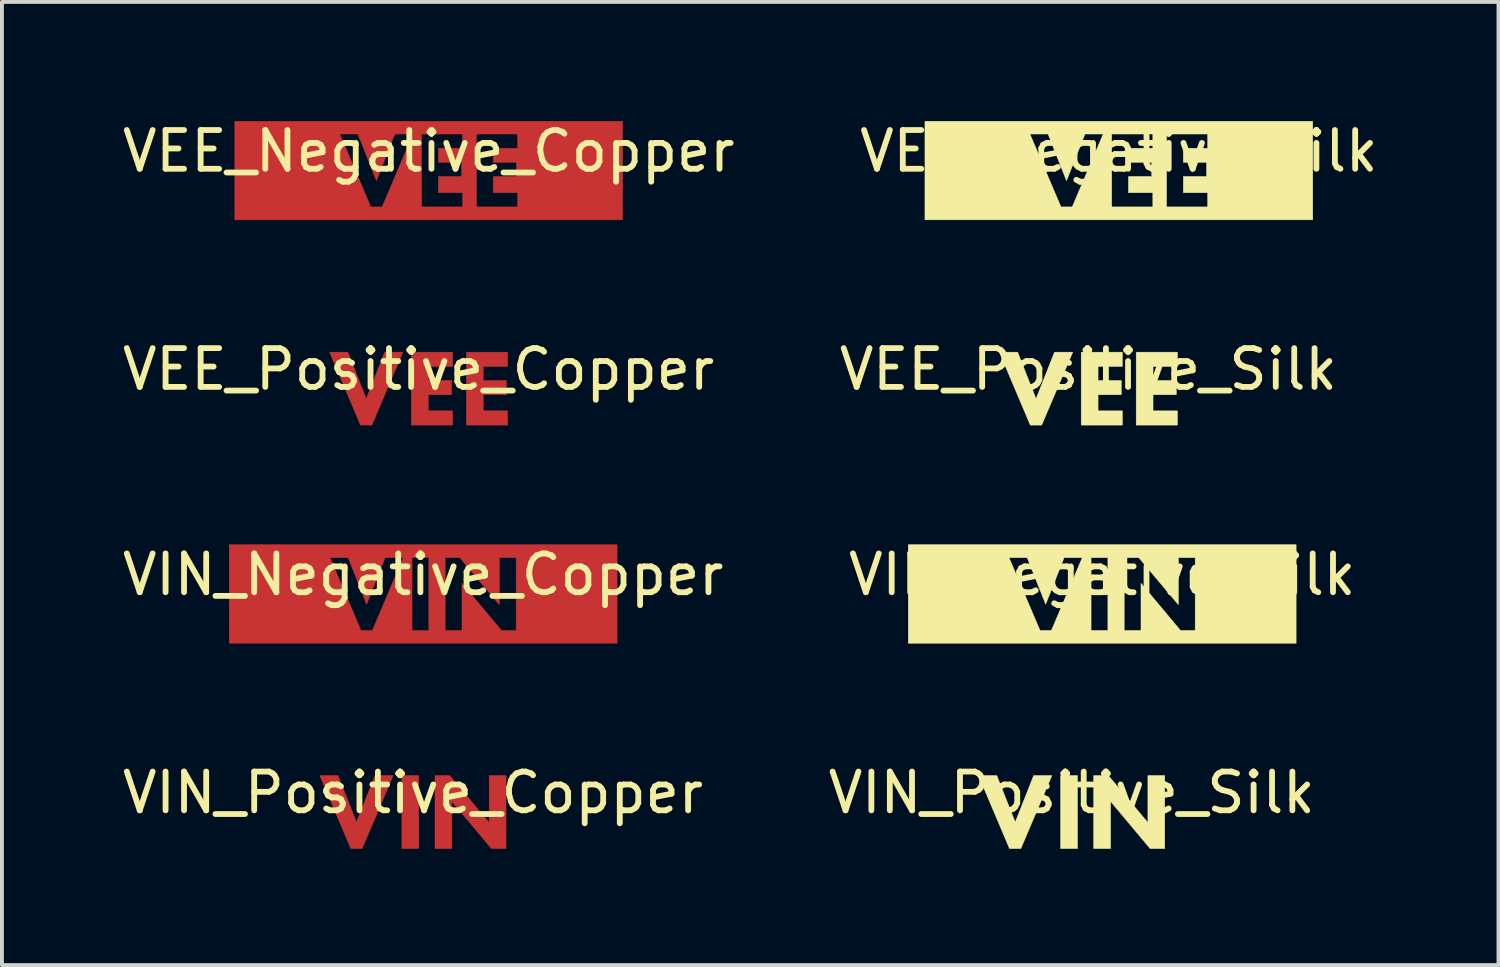
<source format=kicad_pcb>
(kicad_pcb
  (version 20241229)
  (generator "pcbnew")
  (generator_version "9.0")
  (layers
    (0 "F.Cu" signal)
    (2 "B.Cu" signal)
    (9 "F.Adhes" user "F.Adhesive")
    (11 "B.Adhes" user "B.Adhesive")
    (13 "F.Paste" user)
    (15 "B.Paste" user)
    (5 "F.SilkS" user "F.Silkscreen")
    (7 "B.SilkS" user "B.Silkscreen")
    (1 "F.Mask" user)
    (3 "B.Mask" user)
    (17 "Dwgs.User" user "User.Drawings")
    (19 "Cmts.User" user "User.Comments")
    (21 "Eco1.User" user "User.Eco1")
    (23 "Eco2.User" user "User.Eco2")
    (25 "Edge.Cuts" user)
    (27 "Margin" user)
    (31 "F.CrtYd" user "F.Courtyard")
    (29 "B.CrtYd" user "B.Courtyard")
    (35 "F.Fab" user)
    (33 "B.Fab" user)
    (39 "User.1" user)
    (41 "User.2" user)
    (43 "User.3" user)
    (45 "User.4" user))
  (footprint "VEE_Positive_Copper"
    (layer "F.Cu")
    (at 7.744 6.973)
    (property "Reference" "VEE_Positive_Copper" (at 0 -0.5 0) (unlocked yes) (layer "F.SilkS") (effects (font (size 1 1) (thickness 0.15))))
    (fp_poly (pts (xy -1.349 0.262) (xy -0.872 -0.941) (xy -0.403 -0.941) (xy -1.204 0.94) (xy -1.497 0.94) (xy -2.294 -0.941) (xy -1.825 -0.941)) (stroke (width 0.013) (type solid)) (fill yes) (layer "F.Cu"))
    (fp_poly (pts (xy 0.877 -0.574) (xy 0.25 -0.574) (xy 0.25 -0.21) (xy 0.849 -0.21) (xy 0.849 0.157) (xy 0.25 0.157) (xy 0.25 0.573) (xy 0.877 0.573) (xy 0.877 0.94) (xy -0.184 0.94) (xy -0.184 -0.941) (xy 0.877 -0.941)) (stroke (width 0.013) (type solid)) (fill yes) (layer "F.Cu"))
    (fp_poly (pts (xy 2.296 -0.574) (xy 1.668 -0.574) (xy 1.668 -0.21) (xy 2.267 -0.21) (xy 2.267 0.157) (xy 1.668 0.157) (xy 1.668 0.573) (xy 2.296 0.573) (xy 2.296 0.94) (xy 1.234 0.94) (xy 1.234 -0.941) (xy 2.296 -0.941)) (stroke (width 0.013) (type solid)) (fill yes) (layer "F.Cu")))
  (footprint "VEE_Negative_Silk"
    (layer "F.Cu")
    (at 25.804 1.348)
    (property "Reference" "VEE_Negative_Silk" (at 0 -0.5 0) (unlocked yes) (layer "F.SilkS") (effects (font (size 1 1) (thickness 0.15))))
    (fp_poly (pts (xy 5.001 1.27) (xy -5 1.27) (xy -5 -0.942) (xy -2.294 -0.942) (xy -1.493 0.938) (xy -1.201 0.938) (xy -0.185 0.938) (xy 0.877 0.938) (xy 1.23 0.938) (xy 2.292 0.938) (xy 2.292 0.571) (xy 1.664 0.571) (xy 1.664 0.155) (xy 2.264 0.155) (xy 2.264 -0.212) (xy 1.664 -0.212) (xy 1.664 -0.575) (xy 2.292 -0.575) (xy 2.292 -0.942) (xy 1.23 -0.942) (xy 1.23 0.938) (xy 0.877 0.938) (xy 0.877 0.571) (xy 0.249 0.571) (xy 0.249 0.155) (xy 0.849 0.155) (xy 0.849 -0.212) (xy 0.249 -0.212) (xy 0.249 -0.575) (xy 0.877 -0.575) (xy 0.877 -0.942) (xy -0.185 -0.942) (xy -0.185 0.938) (xy -1.201 0.938) (xy -0.403 -0.942) (xy -0.873 -0.942) (xy -1.349 0.261) (xy -1.825 -0.942) (xy -2.294 -0.942) (xy -5 -0.942) (xy -5 -1.27) (xy 5.001 -1.27)) (stroke (width 0.013) (type solid)) (fill yes) (layer "F.SilkS")))
  (footprint "VIN_Positive_Silk"
    (layer "F.Cu")
    (at 24.589 17.893)
    (property "Reference" "VIN_Positive_Silk" (at 0 -0.5 0) (unlocked yes) (layer "F.SilkS") (effects (font (size 1 1) (thickness 0.15))))
    (fp_poly (pts (xy 0.148 0.94) (xy -0.286 0.94) (xy -0.286 -0.941) (xy 0.148 -0.941)) (stroke (width 0.013) (type solid)) (fill yes) (layer "F.SilkS"))
    (fp_poly (pts (xy -1.457 0.262) (xy -0.981 -0.941) (xy -0.512 -0.941) (xy -1.312 0.94) (xy -1.605 0.94) (xy -2.402 -0.941) (xy -1.933 -0.941)) (stroke (width 0.013) (type solid)) (fill yes) (layer "F.SilkS"))
    (fp_poly (pts (xy 1.965 0.273) (xy 1.965 -0.941) (xy 2.399 -0.941) (xy 2.399 0.94) (xy 2.021 0.94) (xy 1.002 -0.277) (xy 1.002 0.94) (xy 0.568 0.94) (xy 0.568 -0.941) (xy 0.945 -0.941)) (stroke (width 0.013) (type solid)) (fill yes) (layer "F.SilkS")))
  (footprint "VIN_Negative_Copper"
    (layer "F.Cu")
    (at 7.863 12.268)
    (property "Reference" "VIN_Negative_Copper" (at 0 -0.5 0) (unlocked yes) (layer "F.SilkS") (effects (font (size 1 1) (thickness 0.15))))
    (fp_poly (pts (xy 5.001 1.27) (xy -5 1.27) (xy -5 0.942) (xy -0.287 0.942) (xy 0.147 0.942) (xy 0.567 0.942) (xy 1.001 0.942) (xy 1.001 -0.275) (xy 2.02 0.942) (xy 2.398 0.942) (xy 2.398 -0.938) (xy 1.964 -0.938) (xy 1.964 0.275) (xy 0.944 -0.938) (xy 0.567 -0.938) (xy 0.567 0.942) (xy 0.147 0.942) (xy 0.147 -0.938) (xy -0.287 -0.938) (xy -0.287 0.942) (xy -5 0.942) (xy -5 -0.938) (xy -2.404 -0.938) (xy -1.603 0.942) (xy -1.31 0.942) (xy -0.513 -0.938) (xy -0.982 -0.938) (xy -1.458 0.265) (xy -1.934 -0.938) (xy -2.404 -0.938) (xy -5 -0.938) (xy -5 -1.27) (xy 5.001 -1.27)) (stroke (width 0.013) (type solid)) (fill yes) (layer "F.Cu")))
  (footprint "VEE_Negative_Copper"
    (layer "F.Cu")
    (at 8.006 1.348)
    (property "Reference" "VEE_Negative_Copper" (at 0 -0.5 0) (unlocked yes) (layer "F.SilkS") (effects (font (size 1 1) (thickness 0.15))))
    (fp_poly (pts (xy 5.001 1.27) (xy -5 1.27) (xy -5 -0.942) (xy -2.294 -0.942) (xy -1.493 0.938) (xy -1.201 0.938) (xy -0.185 0.938) (xy 0.877 0.938) (xy 1.23 0.938) (xy 2.292 0.938) (xy 2.292 0.571) (xy 1.664 0.571) (xy 1.664 0.155) (xy 2.264 0.155) (xy 2.264 -0.212) (xy 1.664 -0.212) (xy 1.664 -0.575) (xy 2.292 -0.575) (xy 2.292 -0.942) (xy 1.23 -0.942) (xy 1.23 0.938) (xy 0.877 0.938) (xy 0.877 0.571) (xy 0.249 0.571) (xy 0.249 0.155) (xy 0.849 0.155) (xy 0.849 -0.212) (xy 0.249 -0.212) (xy 0.249 -0.575) (xy 0.877 -0.575) (xy 0.877 -0.942) (xy -0.185 -0.942) (xy -0.185 0.938) (xy -1.201 0.938) (xy -0.403 -0.942) (xy -0.873 -0.942) (xy -1.349 0.261) (xy -1.825 -0.942) (xy -2.294 -0.942) (xy -5 -0.942) (xy -5 -1.27) (xy 5.001 -1.27)) (stroke (width 0.013) (type solid)) (fill yes) (layer "F.Cu")))
  (footprint "VEE_Positive_Silk"
    (layer "F.Cu")
    (at 25.018 6.973)
    (property "Reference" "VEE_Positive_Silk" (at 0 -0.5 0) (unlocked yes) (layer "F.SilkS") (effects (font (size 1 1) (thickness 0.15))))
    (fp_poly (pts (xy -1.349 0.262) (xy -0.872 -0.941) (xy -0.403 -0.941) (xy -1.204 0.94) (xy -1.497 0.94) (xy -2.294 -0.941) (xy -1.825 -0.941)) (stroke (width 0.013) (type solid)) (fill yes) (layer "F.SilkS"))
    (fp_poly (pts (xy 0.877 -0.574) (xy 0.25 -0.574) (xy 0.25 -0.21) (xy 0.849 -0.21) (xy 0.849 0.157) (xy 0.25 0.157) (xy 0.25 0.573) (xy 0.877 0.573) (xy 0.877 0.94) (xy -0.184 0.94) (xy -0.184 -0.941) (xy 0.877 -0.941)) (stroke (width 0.013) (type solid)) (fill yes) (layer "F.SilkS"))
    (fp_poly (pts (xy 2.296 -0.574) (xy 1.668 -0.574) (xy 1.668 -0.21) (xy 2.267 -0.21) (xy 2.267 0.157) (xy 1.668 0.157) (xy 1.668 0.573) (xy 2.296 0.573) (xy 2.296 0.94) (xy 1.234 0.94) (xy 1.234 -0.941) (xy 2.296 -0.941)) (stroke (width 0.013) (type solid)) (fill yes) (layer "F.SilkS")))
  (footprint "VIN_Positive_Copper"
    (layer "F.Cu")
    (at 7.601 17.893)
    (property "Reference" "VIN_Positive_Copper" (at 0 -0.5 0) (unlocked yes) (layer "F.SilkS") (effects (font (size 1 1) (thickness 0.15))))
    (fp_poly (pts (xy 0.148 0.94) (xy -0.286 0.94) (xy -0.286 -0.941) (xy 0.148 -0.941)) (stroke (width 0.013) (type solid)) (fill yes) (layer "F.Cu"))
    (fp_poly (pts (xy -1.457 0.262) (xy -0.981 -0.941) (xy -0.512 -0.941) (xy -1.312 0.94) (xy -1.605 0.94) (xy -2.402 -0.941) (xy -1.933 -0.941)) (stroke (width 0.013) (type solid)) (fill yes) (layer "F.Cu"))
    (fp_poly (pts (xy 1.965 0.273) (xy 1.965 -0.941) (xy 2.399 -0.941) (xy 2.399 0.94) (xy 2.021 0.94) (xy 1.002 -0.277) (xy 1.002 0.94) (xy 0.568 0.94) (xy 0.568 -0.941) (xy 0.945 -0.941)) (stroke (width 0.013) (type solid)) (fill yes) (layer "F.Cu")))
  (footprint "VIN_Negative_Silk"
    (layer "F.Cu")
    (at 25.375 12.268)
    (property "Reference" "VIN_Negative_Silk" (at 0 -0.5 0) (unlocked yes) (layer "F.SilkS") (effects (font (size 1 1) (thickness 0.15))))
    (fp_poly (pts (xy 5.001 1.27) (xy -5 1.27) (xy -5 0.942) (xy -0.287 0.942) (xy 0.147 0.942) (xy 0.567 0.942) (xy 1.001 0.942) (xy 1.001 -0.275) (xy 2.02 0.942) (xy 2.398 0.942) (xy 2.398 -0.938) (xy 1.964 -0.938) (xy 1.964 0.275) (xy 0.944 -0.938) (xy 0.567 -0.938) (xy 0.567 0.942) (xy 0.147 0.942) (xy 0.147 -0.938) (xy -0.287 -0.938) (xy -0.287 0.942) (xy -5 0.942) (xy -5 -0.938) (xy -2.404 -0.938) (xy -1.603 0.942) (xy -1.31 0.942) (xy -0.513 -0.938) (xy -0.982 -0.938) (xy -1.458 0.265) (xy -1.934 -0.938) (xy -2.404 -0.938) (xy -5 -0.938) (xy -5 -1.27) (xy 5.001 -1.27)) (stroke (width 0.013) (type solid)) (fill yes) (layer "F.SilkS")))
  (gr_rect
    (start -3 -3)
    (end 35.595 21.839)
    (stroke (width 0.1) (type default))
    (fill no)
    (layer "Edge.Cuts")))
</source>
